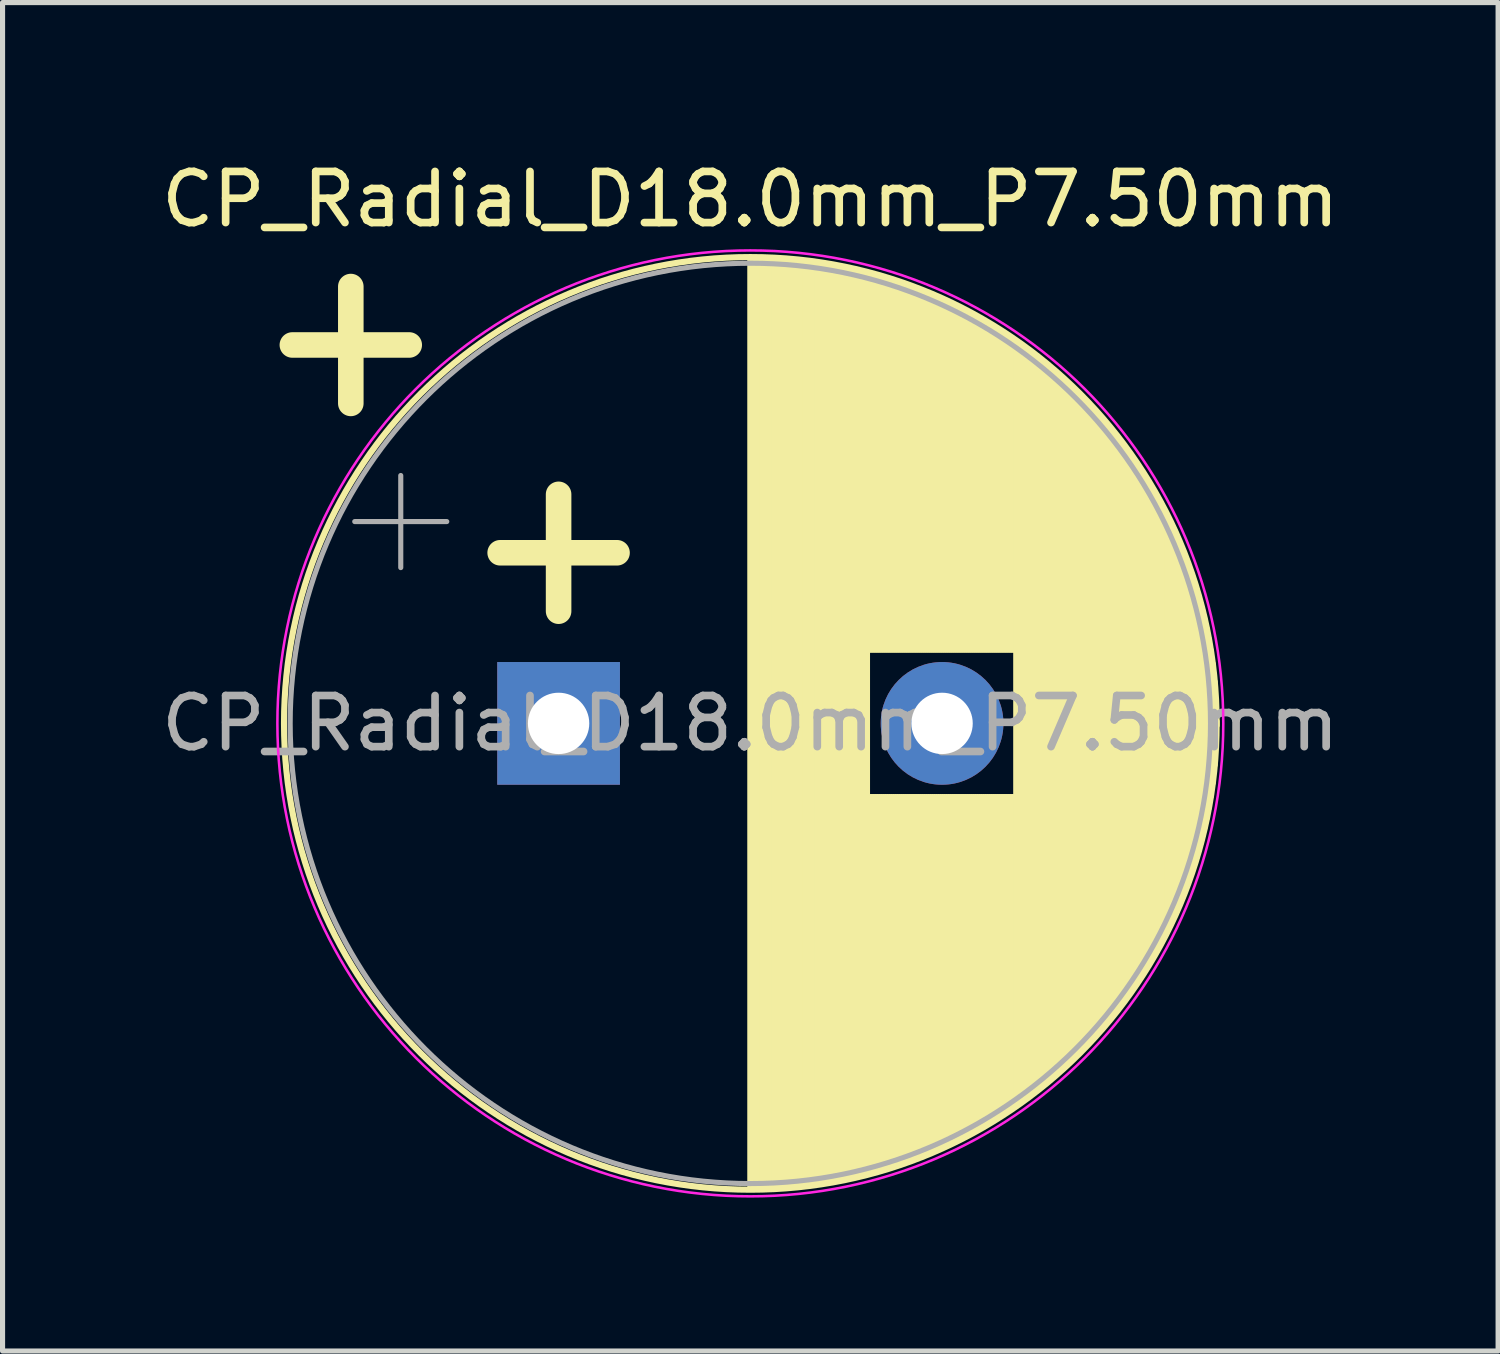
<source format=kicad_pcb>
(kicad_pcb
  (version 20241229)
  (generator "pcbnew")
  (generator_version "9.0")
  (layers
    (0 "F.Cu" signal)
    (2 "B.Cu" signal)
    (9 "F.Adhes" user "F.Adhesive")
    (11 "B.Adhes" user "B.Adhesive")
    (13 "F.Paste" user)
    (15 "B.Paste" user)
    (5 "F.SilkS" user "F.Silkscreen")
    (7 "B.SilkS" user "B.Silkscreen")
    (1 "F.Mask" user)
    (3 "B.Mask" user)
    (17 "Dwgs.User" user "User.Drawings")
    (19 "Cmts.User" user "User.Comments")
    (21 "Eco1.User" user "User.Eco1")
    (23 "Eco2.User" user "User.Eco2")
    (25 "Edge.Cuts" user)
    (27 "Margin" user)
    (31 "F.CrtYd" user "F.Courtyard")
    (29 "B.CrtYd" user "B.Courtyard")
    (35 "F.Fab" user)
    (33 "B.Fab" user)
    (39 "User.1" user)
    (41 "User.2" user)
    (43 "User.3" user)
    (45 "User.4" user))
  (footprint "CP_Radial_D18.0mm_P7.50mm"
    (layer "F.Cu")
    (at 7.875 11.098)
    (property "Reference" "CP_Radial_D18.0mm_P7.50mm" (at 3.75 -10.25 0) (layer "F.SilkS") (effects (font (size 1 1) (thickness 0.15))))
    (attr through_hole)
    (fp_line (start 3.75 -9.081) (end 3.75 9.081) (stroke (width 0.12) (type solid)) (layer "F.SilkS"))
    (fp_line (start 3.79 -9.08) (end 3.79 9.08) (stroke (width 0.12) (type solid)) (layer "F.SilkS"))
    (fp_line (start 3.83 -9.08) (end 3.83 9.08) (stroke (width 0.12) (type solid)) (layer "F.SilkS"))
    (fp_line (start 3.87 -9.08) (end 3.87 9.08) (stroke (width 0.12) (type solid)) (layer "F.SilkS"))
    (fp_line (start 3.91 -9.079) (end 3.91 9.079) (stroke (width 0.12) (type solid)) (layer "F.SilkS"))
    (fp_line (start 3.95 -9.078) (end 3.95 9.078) (stroke (width 0.12) (type solid)) (layer "F.SilkS"))
    (fp_line (start 3.99 -9.077) (end 3.99 9.077) (stroke (width 0.12) (type solid)) (layer "F.SilkS"))
    (fp_line (start 4.03 -9.076) (end 4.03 9.076) (stroke (width 0.12) (type solid)) (layer "F.SilkS"))
    (fp_line (start 4.07 -9.075) (end 4.07 9.075) (stroke (width 0.12) (type solid)) (layer "F.SilkS"))
    (fp_line (start 4.11 -9.073) (end 4.11 9.073) (stroke (width 0.12) (type solid)) (layer "F.SilkS"))
    (fp_line (start 4.15 -9.072) (end 4.15 9.072) (stroke (width 0.12) (type solid)) (layer "F.SilkS"))
    (fp_line (start 4.19 -9.07) (end 4.19 9.07) (stroke (width 0.12) (type solid)) (layer "F.SilkS"))
    (fp_line (start 4.23 -9.068) (end 4.23 9.068) (stroke (width 0.12) (type solid)) (layer "F.SilkS"))
    (fp_line (start 4.27 -9.066) (end 4.27 9.066) (stroke (width 0.12) (type solid)) (layer "F.SilkS"))
    (fp_line (start 4.31 -9.063) (end 4.31 9.063) (stroke (width 0.12) (type solid)) (layer "F.SilkS"))
    (fp_line (start 4.35 -9.061) (end 4.35 9.061) (stroke (width 0.12) (type solid)) (layer "F.SilkS"))
    (fp_line (start 4.39 -9.058) (end 4.39 9.058) (stroke (width 0.12) (type solid)) (layer "F.SilkS"))
    (fp_line (start 4.43 -9.055) (end 4.43 9.055) (stroke (width 0.12) (type solid)) (layer "F.SilkS"))
    (fp_line (start 4.471 -9.052) (end 4.471 9.052) (stroke (width 0.12) (type solid)) (layer "F.SilkS"))
    (fp_line (start 4.511 -9.049) (end 4.511 9.049) (stroke (width 0.12) (type solid)) (layer "F.SilkS"))
    (fp_line (start 4.551 -9.045) (end 4.551 9.045) (stroke (width 0.12) (type solid)) (layer "F.SilkS"))
    (fp_line (start 4.591 -9.042) (end 4.591 9.042) (stroke (width 0.12) (type solid)) (layer "F.SilkS"))
    (fp_line (start 4.631 -9.038) (end 4.631 9.038) (stroke (width 0.12) (type solid)) (layer "F.SilkS"))
    (fp_line (start 4.671 -9.034) (end 4.671 9.034) (stroke (width 0.12) (type solid)) (layer "F.SilkS"))
    (fp_line (start 4.711 -9.03) (end 4.711 9.03) (stroke (width 0.12) (type solid)) (layer "F.SilkS"))
    (fp_line (start 4.751 -9.026) (end 4.751 9.026) (stroke (width 0.12) (type solid)) (layer "F.SilkS"))
    (fp_line (start 4.791 -9.021) (end 4.791 9.021) (stroke (width 0.12) (type solid)) (layer "F.SilkS"))
    (fp_line (start 4.831 -9.016) (end 4.831 9.016) (stroke (width 0.12) (type solid)) (layer "F.SilkS"))
    (fp_line (start 4.871 -9.011) (end 4.871 9.011) (stroke (width 0.12) (type solid)) (layer "F.SilkS"))
    (fp_line (start 4.911 -9.006) (end 4.911 9.006) (stroke (width 0.12) (type solid)) (layer "F.SilkS"))
    (fp_line (start 4.951 -9.001) (end 4.951 9.001) (stroke (width 0.12) (type solid)) (layer "F.SilkS"))
    (fp_line (start 4.991 -8.996) (end 4.991 8.996) (stroke (width 0.12) (type solid)) (layer "F.SilkS"))
    (fp_line (start 5.031 -8.99) (end 5.031 8.99) (stroke (width 0.12) (type solid)) (layer "F.SilkS"))
    (fp_line (start 5.071 -8.984) (end 5.071 8.984) (stroke (width 0.12) (type solid)) (layer "F.SilkS"))
    (fp_line (start 5.111 -8.979) (end 5.111 8.979) (stroke (width 0.12) (type solid)) (layer "F.SilkS"))
    (fp_line (start 5.151 -8.972) (end 5.151 8.972) (stroke (width 0.12) (type solid)) (layer "F.SilkS"))
    (fp_line (start 5.191 -8.966) (end 5.191 8.966) (stroke (width 0.12) (type solid)) (layer "F.SilkS"))
    (fp_line (start 5.231 -8.96) (end 5.231 8.96) (stroke (width 0.12) (type solid)) (layer "F.SilkS"))
    (fp_line (start 5.271 -8.953) (end 5.271 8.953) (stroke (width 0.12) (type solid)) (layer "F.SilkS"))
    (fp_line (start 5.311 -8.946) (end 5.311 8.946) (stroke (width 0.12) (type solid)) (layer "F.SilkS"))
    (fp_line (start 5.351 -8.939) (end 5.351 8.939) (stroke (width 0.12) (type solid)) (layer "F.SilkS"))
    (fp_line (start 5.391 -8.932) (end 5.391 8.932) (stroke (width 0.12) (type solid)) (layer "F.SilkS"))
    (fp_line (start 5.431 -8.924) (end 5.431 8.924) (stroke (width 0.12) (type solid)) (layer "F.SilkS"))
    (fp_line (start 5.471 -8.917) (end 5.471 8.917) (stroke (width 0.12) (type solid)) (layer "F.SilkS"))
    (fp_line (start 5.511 -8.909) (end 5.511 8.909) (stroke (width 0.12) (type solid)) (layer "F.SilkS"))
    (fp_line (start 5.551 -8.901) (end 5.551 8.901) (stroke (width 0.12) (type solid)) (layer "F.SilkS"))
    (fp_line (start 5.591 -8.893) (end 5.591 8.893) (stroke (width 0.12) (type solid)) (layer "F.SilkS"))
    (fp_line (start 5.631 -8.885) (end 5.631 8.885) (stroke (width 0.12) (type solid)) (layer "F.SilkS"))
    (fp_line (start 5.671 -8.876) (end 5.671 8.876) (stroke (width 0.12) (type solid)) (layer "F.SilkS"))
    (fp_line (start 5.711 -8.867) (end 5.711 8.867) (stroke (width 0.12) (type solid)) (layer "F.SilkS"))
    (fp_line (start 5.751 -8.858) (end 5.751 8.858) (stroke (width 0.12) (type solid)) (layer "F.SilkS"))
    (fp_line (start 5.791 -8.849) (end 5.791 8.849) (stroke (width 0.12) (type solid)) (layer "F.SilkS"))
    (fp_line (start 5.831 -8.84) (end 5.831 8.84) (stroke (width 0.12) (type solid)) (layer "F.SilkS"))
    (fp_line (start 5.871 -8.831) (end 5.871 8.831) (stroke (width 0.12) (type solid)) (layer "F.SilkS"))
    (fp_line (start 5.911 -8.821) (end 5.911 8.821) (stroke (width 0.12) (type solid)) (layer "F.SilkS"))
    (fp_line (start 5.951 -8.811) (end 5.951 8.811) (stroke (width 0.12) (type solid)) (layer "F.SilkS"))
    (fp_line (start 5.991 -8.801) (end 5.991 8.801) (stroke (width 0.12) (type solid)) (layer "F.SilkS"))
    (fp_line (start 6.031 -8.791) (end 6.031 8.791) (stroke (width 0.12) (type solid)) (layer "F.SilkS"))
    (fp_line (start 6.071 -8.78) (end 6.071 -1.44) (stroke (width 0.12) (type solid)) (layer "F.SilkS"))
    (fp_line (start 6.071 1.44) (end 6.071 8.78) (stroke (width 0.12) (type solid)) (layer "F.SilkS"))
    (fp_line (start 6.111 -8.77) (end 6.111 -1.44) (stroke (width 0.12) (type solid)) (layer "F.SilkS"))
    (fp_line (start 6.111 1.44) (end 6.111 8.77) (stroke (width 0.12) (type solid)) (layer "F.SilkS"))
    (fp_line (start 6.151 -8.759) (end 6.151 -1.44) (stroke (width 0.12) (type solid)) (layer "F.SilkS"))
    (fp_line (start 6.151 1.44) (end 6.151 8.759) (stroke (width 0.12) (type solid)) (layer "F.SilkS"))
    (fp_line (start 6.191 -8.748) (end 6.191 -1.44) (stroke (width 0.12) (type solid)) (layer "F.SilkS"))
    (fp_line (start 6.191 1.44) (end 6.191 8.748) (stroke (width 0.12) (type solid)) (layer "F.SilkS"))
    (fp_line (start 6.231 -8.737) (end 6.231 -1.44) (stroke (width 0.12) (type solid)) (layer "F.SilkS"))
    (fp_line (start 6.231 1.44) (end 6.231 8.737) (stroke (width 0.12) (type solid)) (layer "F.SilkS"))
    (fp_line (start 6.271 -8.725) (end 6.271 -1.44) (stroke (width 0.12) (type solid)) (layer "F.SilkS"))
    (fp_line (start 6.271 1.44) (end 6.271 8.725) (stroke (width 0.12) (type solid)) (layer "F.SilkS"))
    (fp_line (start 6.311 -8.714) (end 6.311 -1.44) (stroke (width 0.12) (type solid)) (layer "F.SilkS"))
    (fp_line (start 6.311 1.44) (end 6.311 8.714) (stroke (width 0.12) (type solid)) (layer "F.SilkS"))
    (fp_line (start 6.351 -8.702) (end 6.351 -1.44) (stroke (width 0.12) (type solid)) (layer "F.SilkS"))
    (fp_line (start 6.351 1.44) (end 6.351 8.702) (stroke (width 0.12) (type solid)) (layer "F.SilkS"))
    (fp_line (start 6.391 -8.69) (end 6.391 -1.44) (stroke (width 0.12) (type solid)) (layer "F.SilkS"))
    (fp_line (start 6.391 1.44) (end 6.391 8.69) (stroke (width 0.12) (type solid)) (layer "F.SilkS"))
    (fp_line (start 6.431 -8.678) (end 6.431 -1.44) (stroke (width 0.12) (type solid)) (layer "F.SilkS"))
    (fp_line (start 6.431 1.44) (end 6.431 8.678) (stroke (width 0.12) (type solid)) (layer "F.SilkS"))
    (fp_line (start 6.471 -8.665) (end 6.471 -1.44) (stroke (width 0.12) (type solid)) (layer "F.SilkS"))
    (fp_line (start 6.471 1.44) (end 6.471 8.665) (stroke (width 0.12) (type solid)) (layer "F.SilkS"))
    (fp_line (start 6.511 -8.653) (end 6.511 -1.44) (stroke (width 0.12) (type solid)) (layer "F.SilkS"))
    (fp_line (start 6.511 1.44) (end 6.511 8.653) (stroke (width 0.12) (type solid)) (layer "F.SilkS"))
    (fp_line (start 6.551 -8.64) (end 6.551 -1.44) (stroke (width 0.12) (type solid)) (layer "F.SilkS"))
    (fp_line (start 6.551 1.44) (end 6.551 8.64) (stroke (width 0.12) (type solid)) (layer "F.SilkS"))
    (fp_line (start 6.591 -8.627) (end 6.591 -1.44) (stroke (width 0.12) (type solid)) (layer "F.SilkS"))
    (fp_line (start 6.591 1.44) (end 6.591 8.627) (stroke (width 0.12) (type solid)) (layer "F.SilkS"))
    (fp_line (start 6.631 -8.614) (end 6.631 -1.44) (stroke (width 0.12) (type solid)) (layer "F.SilkS"))
    (fp_line (start 6.631 1.44) (end 6.631 8.614) (stroke (width 0.12) (type solid)) (layer "F.SilkS"))
    (fp_line (start 6.671 -8.6) (end 6.671 -1.44) (stroke (width 0.12) (type solid)) (layer "F.SilkS"))
    (fp_line (start 6.671 1.44) (end 6.671 8.6) (stroke (width 0.12) (type solid)) (layer "F.SilkS"))
    (fp_line (start 6.711 -8.587) (end 6.711 -1.44) (stroke (width 0.12) (type solid)) (layer "F.SilkS"))
    (fp_line (start 6.711 1.44) (end 6.711 8.587) (stroke (width 0.12) (type solid)) (layer "F.SilkS"))
    (fp_line (start 6.751 -8.573) (end 6.751 -1.44) (stroke (width 0.12) (type solid)) (layer "F.SilkS"))
    (fp_line (start 6.751 1.44) (end 6.751 8.573) (stroke (width 0.12) (type solid)) (layer "F.SilkS"))
    (fp_line (start 6.791 -8.559) (end 6.791 -1.44) (stroke (width 0.12) (type solid)) (layer "F.SilkS"))
    (fp_line (start 6.791 1.44) (end 6.791 8.559) (stroke (width 0.12) (type solid)) (layer "F.SilkS"))
    (fp_line (start 6.831 -8.545) (end 6.831 -1.44) (stroke (width 0.12) (type solid)) (layer "F.SilkS"))
    (fp_line (start 6.831 1.44) (end 6.831 8.545) (stroke (width 0.12) (type solid)) (layer "F.SilkS"))
    (fp_line (start 6.871 -8.53) (end 6.871 -1.44) (stroke (width 0.12) (type solid)) (layer "F.SilkS"))
    (fp_line (start 6.871 1.44) (end 6.871 8.53) (stroke (width 0.12) (type solid)) (layer "F.SilkS"))
    (fp_line (start 6.911 -8.516) (end 6.911 -1.44) (stroke (width 0.12) (type solid)) (layer "F.SilkS"))
    (fp_line (start 6.911 1.44) (end 6.911 8.516) (stroke (width 0.12) (type solid)) (layer "F.SilkS"))
    (fp_line (start 6.951 -8.501) (end 6.951 -1.44) (stroke (width 0.12) (type solid)) (layer "F.SilkS"))
    (fp_line (start 6.951 1.44) (end 6.951 8.501) (stroke (width 0.12) (type solid)) (layer "F.SilkS"))
    (fp_line (start 6.991 -8.486) (end 6.991 -1.44) (stroke (width 0.12) (type solid)) (layer "F.SilkS"))
    (fp_line (start 6.991 1.44) (end 6.991 8.486) (stroke (width 0.12) (type solid)) (layer "F.SilkS"))
    (fp_line (start 7.031 -8.47) (end 7.031 -1.44) (stroke (width 0.12) (type solid)) (layer "F.SilkS"))
    (fp_line (start 7.031 1.44) (end 7.031 8.47) (stroke (width 0.12) (type solid)) (layer "F.SilkS"))
    (fp_line (start 7.071 -8.455) (end 7.071 -1.44) (stroke (width 0.12) (type solid)) (layer "F.SilkS"))
    (fp_line (start 7.071 1.44) (end 7.071 8.455) (stroke (width 0.12) (type solid)) (layer "F.SilkS"))
    (fp_line (start 7.111 -8.439) (end 7.111 -1.44) (stroke (width 0.12) (type solid)) (layer "F.SilkS"))
    (fp_line (start 7.111 1.44) (end 7.111 8.439) (stroke (width 0.12) (type solid)) (layer "F.SilkS"))
    (fp_line (start 7.151 -8.423) (end 7.151 -1.44) (stroke (width 0.12) (type solid)) (layer "F.SilkS"))
    (fp_line (start 7.151 1.44) (end 7.151 8.423) (stroke (width 0.12) (type solid)) (layer "F.SilkS"))
    (fp_line (start 7.191 -8.407) (end 7.191 -1.44) (stroke (width 0.12) (type solid)) (layer "F.SilkS"))
    (fp_line (start 7.191 1.44) (end 7.191 8.407) (stroke (width 0.12) (type solid)) (layer "F.SilkS"))
    (fp_line (start 7.231 -8.39) (end 7.231 -1.44) (stroke (width 0.12) (type solid)) (layer "F.SilkS"))
    (fp_line (start 7.231 1.44) (end 7.231 8.39) (stroke (width 0.12) (type solid)) (layer "F.SilkS"))
    (fp_line (start 7.271 -8.374) (end 7.271 -1.44) (stroke (width 0.12) (type solid)) (layer "F.SilkS"))
    (fp_line (start 7.271 1.44) (end 7.271 8.374) (stroke (width 0.12) (type solid)) (layer "F.SilkS"))
    (fp_line (start 7.311 -8.357) (end 7.311 -1.44) (stroke (width 0.12) (type solid)) (layer "F.SilkS"))
    (fp_line (start 7.311 1.44) (end 7.311 8.357) (stroke (width 0.12) (type solid)) (layer "F.SilkS"))
    (fp_line (start 7.351 -8.34) (end 7.351 -1.44) (stroke (width 0.12) (type solid)) (layer "F.SilkS"))
    (fp_line (start 7.351 1.44) (end 7.351 8.34) (stroke (width 0.12) (type solid)) (layer "F.SilkS"))
    (fp_line (start 7.391 -8.323) (end 7.391 -1.44) (stroke (width 0.12) (type solid)) (layer "F.SilkS"))
    (fp_line (start 7.391 1.44) (end 7.391 8.323) (stroke (width 0.12) (type solid)) (layer "F.SilkS"))
    (fp_line (start 7.431 -8.305) (end 7.431 -1.44) (stroke (width 0.12) (type solid)) (layer "F.SilkS"))
    (fp_line (start 7.431 1.44) (end 7.431 8.305) (stroke (width 0.12) (type solid)) (layer "F.SilkS"))
    (fp_line (start 7.471 -8.287) (end 7.471 -1.44) (stroke (width 0.12) (type solid)) (layer "F.SilkS"))
    (fp_line (start 7.471 1.44) (end 7.471 8.287) (stroke (width 0.12) (type solid)) (layer "F.SilkS"))
    (fp_line (start 7.511 -8.269) (end 7.511 -1.44) (stroke (width 0.12) (type solid)) (layer "F.SilkS"))
    (fp_line (start 7.511 1.44) (end 7.511 8.269) (stroke (width 0.12) (type solid)) (layer "F.SilkS"))
    (fp_line (start 7.551 -8.251) (end 7.551 -1.44) (stroke (width 0.12) (type solid)) (layer "F.SilkS"))
    (fp_line (start 7.551 1.44) (end 7.551 8.251) (stroke (width 0.12) (type solid)) (layer "F.SilkS"))
    (fp_line (start 7.591 -8.233) (end 7.591 -1.44) (stroke (width 0.12) (type solid)) (layer "F.SilkS"))
    (fp_line (start 7.591 1.44) (end 7.591 8.233) (stroke (width 0.12) (type solid)) (layer "F.SilkS"))
    (fp_line (start 7.631 -8.214) (end 7.631 -1.44) (stroke (width 0.12) (type solid)) (layer "F.SilkS"))
    (fp_line (start 7.631 1.44) (end 7.631 8.214) (stroke (width 0.12) (type solid)) (layer "F.SilkS"))
    (fp_line (start 7.671 -8.195) (end 7.671 -1.44) (stroke (width 0.12) (type solid)) (layer "F.SilkS"))
    (fp_line (start 7.671 1.44) (end 7.671 8.195) (stroke (width 0.12) (type solid)) (layer "F.SilkS"))
    (fp_line (start 7.711 -8.176) (end 7.711 -1.44) (stroke (width 0.12) (type solid)) (layer "F.SilkS"))
    (fp_line (start 7.711 1.44) (end 7.711 8.176) (stroke (width 0.12) (type solid)) (layer "F.SilkS"))
    (fp_line (start 7.751 -8.156) (end 7.751 -1.44) (stroke (width 0.12) (type solid)) (layer "F.SilkS"))
    (fp_line (start 7.751 1.44) (end 7.751 8.156) (stroke (width 0.12) (type solid)) (layer "F.SilkS"))
    (fp_line (start 7.791 -8.137) (end 7.791 -1.44) (stroke (width 0.12) (type solid)) (layer "F.SilkS"))
    (fp_line (start 7.791 1.44) (end 7.791 8.137) (stroke (width 0.12) (type solid)) (layer "F.SilkS"))
    (fp_line (start 7.831 -8.117) (end 7.831 -1.44) (stroke (width 0.12) (type solid)) (layer "F.SilkS"))
    (fp_line (start 7.831 1.44) (end 7.831 8.117) (stroke (width 0.12) (type solid)) (layer "F.SilkS"))
    (fp_line (start 7.871 -8.097) (end 7.871 -1.44) (stroke (width 0.12) (type solid)) (layer "F.SilkS"))
    (fp_line (start 7.871 1.44) (end 7.871 8.097) (stroke (width 0.12) (type solid)) (layer "F.SilkS"))
    (fp_line (start 7.911 -8.076) (end 7.911 -1.44) (stroke (width 0.12) (type solid)) (layer "F.SilkS"))
    (fp_line (start 7.911 1.44) (end 7.911 8.076) (stroke (width 0.12) (type solid)) (layer "F.SilkS"))
    (fp_line (start 7.951 -8.056) (end 7.951 -1.44) (stroke (width 0.12) (type solid)) (layer "F.SilkS"))
    (fp_line (start 7.951 1.44) (end 7.951 8.056) (stroke (width 0.12) (type solid)) (layer "F.SilkS"))
    (fp_line (start 7.991 -8.035) (end 7.991 -1.44) (stroke (width 0.12) (type solid)) (layer "F.SilkS"))
    (fp_line (start 7.991 1.44) (end 7.991 8.035) (stroke (width 0.12) (type solid)) (layer "F.SilkS"))
    (fp_line (start 8.031 -8.014) (end 8.031 -1.44) (stroke (width 0.12) (type solid)) (layer "F.SilkS"))
    (fp_line (start 8.031 1.44) (end 8.031 8.014) (stroke (width 0.12) (type solid)) (layer "F.SilkS"))
    (fp_line (start 8.071 -7.992) (end 8.071 -1.44) (stroke (width 0.12) (type solid)) (layer "F.SilkS"))
    (fp_line (start 8.071 1.44) (end 8.071 7.992) (stroke (width 0.12) (type solid)) (layer "F.SilkS"))
    (fp_line (start 8.111 -7.971) (end 8.111 -1.44) (stroke (width 0.12) (type solid)) (layer "F.SilkS"))
    (fp_line (start 8.111 1.44) (end 8.111 7.971) (stroke (width 0.12) (type solid)) (layer "F.SilkS"))
    (fp_line (start 8.151 -7.949) (end 8.151 -1.44) (stroke (width 0.12) (type solid)) (layer "F.SilkS"))
    (fp_line (start 8.151 1.44) (end 8.151 7.949) (stroke (width 0.12) (type solid)) (layer "F.SilkS"))
    (fp_line (start 8.191 -7.927) (end 8.191 -1.44) (stroke (width 0.12) (type solid)) (layer "F.SilkS"))
    (fp_line (start 8.191 1.44) (end 8.191 7.927) (stroke (width 0.12) (type solid)) (layer "F.SilkS"))
    (fp_line (start 8.231 -7.904) (end 8.231 -1.44) (stroke (width 0.12) (type solid)) (layer "F.SilkS"))
    (fp_line (start 8.231 1.44) (end 8.231 7.904) (stroke (width 0.12) (type solid)) (layer "F.SilkS"))
    (fp_line (start 8.271 -7.882) (end 8.271 -1.44) (stroke (width 0.12) (type solid)) (layer "F.SilkS"))
    (fp_line (start 8.271 1.44) (end 8.271 7.882) (stroke (width 0.12) (type solid)) (layer "F.SilkS"))
    (fp_line (start 8.311 -7.859) (end 8.311 -1.44) (stroke (width 0.12) (type solid)) (layer "F.SilkS"))
    (fp_line (start 8.311 1.44) (end 8.311 7.859) (stroke (width 0.12) (type solid)) (layer "F.SilkS"))
    (fp_line (start 8.351 -7.835) (end 8.351 -1.44) (stroke (width 0.12) (type solid)) (layer "F.SilkS"))
    (fp_line (start 8.351 1.44) (end 8.351 7.835) (stroke (width 0.12) (type solid)) (layer "F.SilkS"))
    (fp_line (start 8.391 -7.812) (end 8.391 -1.44) (stroke (width 0.12) (type solid)) (layer "F.SilkS"))
    (fp_line (start 8.391 1.44) (end 8.391 7.812) (stroke (width 0.12) (type solid)) (layer "F.SilkS"))
    (fp_line (start 8.431 -7.788) (end 8.431 -1.44) (stroke (width 0.12) (type solid)) (layer "F.SilkS"))
    (fp_line (start 8.431 1.44) (end 8.431 7.788) (stroke (width 0.12) (type solid)) (layer "F.SilkS"))
    (fp_line (start 8.471 -7.764) (end 8.471 -1.44) (stroke (width 0.12) (type solid)) (layer "F.SilkS"))
    (fp_line (start 8.471 1.44) (end 8.471 7.764) (stroke (width 0.12) (type solid)) (layer "F.SilkS"))
    (fp_line (start 8.511 -7.74) (end 8.511 -1.44) (stroke (width 0.12) (type solid)) (layer "F.SilkS"))
    (fp_line (start 8.511 1.44) (end 8.511 7.74) (stroke (width 0.12) (type solid)) (layer "F.SilkS"))
    (fp_line (start 8.551 -7.715) (end 8.551 -1.44) (stroke (width 0.12) (type solid)) (layer "F.SilkS"))
    (fp_line (start 8.551 1.44) (end 8.551 7.715) (stroke (width 0.12) (type solid)) (layer "F.SilkS"))
    (fp_line (start 8.591 -7.69) (end 8.591 -1.44) (stroke (width 0.12) (type solid)) (layer "F.SilkS"))
    (fp_line (start 8.591 1.44) (end 8.591 7.69) (stroke (width 0.12) (type solid)) (layer "F.SilkS"))
    (fp_line (start 8.631 -7.665) (end 8.631 -1.44) (stroke (width 0.12) (type solid)) (layer "F.SilkS"))
    (fp_line (start 8.631 1.44) (end 8.631 7.665) (stroke (width 0.12) (type solid)) (layer "F.SilkS"))
    (fp_line (start 8.671 -7.64) (end 8.671 -1.44) (stroke (width 0.12) (type solid)) (layer "F.SilkS"))
    (fp_line (start 8.671 1.44) (end 8.671 7.64) (stroke (width 0.12) (type solid)) (layer "F.SilkS"))
    (fp_line (start 8.711 -7.614) (end 8.711 -1.44) (stroke (width 0.12) (type solid)) (layer "F.SilkS"))
    (fp_line (start 8.711 1.44) (end 8.711 7.614) (stroke (width 0.12) (type solid)) (layer "F.SilkS"))
    (fp_line (start 8.751 -7.588) (end 8.751 -1.44) (stroke (width 0.12) (type solid)) (layer "F.SilkS"))
    (fp_line (start 8.751 1.44) (end 8.751 7.588) (stroke (width 0.12) (type solid)) (layer "F.SilkS"))
    (fp_line (start 8.791 -7.561) (end 8.791 -1.44) (stroke (width 0.12) (type solid)) (layer "F.SilkS"))
    (fp_line (start 8.791 1.44) (end 8.791 7.561) (stroke (width 0.12) (type solid)) (layer "F.SilkS"))
    (fp_line (start 8.831 -7.535) (end 8.831 -1.44) (stroke (width 0.12) (type solid)) (layer "F.SilkS"))
    (fp_line (start 8.831 1.44) (end 8.831 7.535) (stroke (width 0.12) (type solid)) (layer "F.SilkS"))
    (fp_line (start 8.871 -7.508) (end 8.871 -1.44) (stroke (width 0.12) (type solid)) (layer "F.SilkS"))
    (fp_line (start 8.871 1.44) (end 8.871 7.508) (stroke (width 0.12) (type solid)) (layer "F.SilkS"))
    (fp_line (start 8.911 -7.48) (end 8.911 -1.44) (stroke (width 0.12) (type solid)) (layer "F.SilkS"))
    (fp_line (start 8.911 1.44) (end 8.911 7.48) (stroke (width 0.12) (type solid)) (layer "F.SilkS"))
    (fp_line (start 8.951 -7.453) (end 8.951 7.453) (stroke (width 0.12) (type solid)) (layer "F.SilkS"))
    (fp_line (start 8.991 -7.425) (end 8.991 7.425) (stroke (width 0.12) (type solid)) (layer "F.SilkS"))
    (fp_line (start 9.031 -7.397) (end 9.031 7.397) (stroke (width 0.12) (type solid)) (layer "F.SilkS"))
    (fp_line (start 9.071 -7.368) (end 9.071 7.368) (stroke (width 0.12) (type solid)) (layer "F.SilkS"))
    (fp_line (start 9.111 -7.339) (end 9.111 7.339) (stroke (width 0.12) (type solid)) (layer "F.SilkS"))
    (fp_line (start 9.151 -7.31) (end 9.151 7.31) (stroke (width 0.12) (type solid)) (layer "F.SilkS"))
    (fp_line (start 9.191 -7.28) (end 9.191 7.28) (stroke (width 0.12) (type solid)) (layer "F.SilkS"))
    (fp_line (start 9.231 -7.25) (end 9.231 7.25) (stroke (width 0.12) (type solid)) (layer "F.SilkS"))
    (fp_line (start 9.271 -7.22) (end 9.271 7.22) (stroke (width 0.12) (type solid)) (layer "F.SilkS"))
    (fp_line (start 9.311 -7.19) (end 9.311 7.19) (stroke (width 0.12) (type solid)) (layer "F.SilkS"))
    (fp_line (start 9.351 -7.159) (end 9.351 7.159) (stroke (width 0.12) (type solid)) (layer "F.SilkS"))
    (fp_line (start 9.391 -7.127) (end 9.391 7.127) (stroke (width 0.12) (type solid)) (layer "F.SilkS"))
    (fp_line (start 9.431 -7.096) (end 9.431 7.096) (stroke (width 0.12) (type solid)) (layer "F.SilkS"))
    (fp_line (start 9.471 -7.064) (end 9.471 7.064) (stroke (width 0.12) (type solid)) (layer "F.SilkS"))
    (fp_line (start 9.511 -7.031) (end 9.511 7.031) (stroke (width 0.12) (type solid)) (layer "F.SilkS"))
    (fp_line (start 9.551 -6.999) (end 9.551 6.999) (stroke (width 0.12) (type solid)) (layer "F.SilkS"))
    (fp_line (start 9.591 -6.965) (end 9.591 6.965) (stroke (width 0.12) (type solid)) (layer "F.SilkS"))
    (fp_line (start 9.631 -6.932) (end 9.631 6.932) (stroke (width 0.12) (type solid)) (layer "F.SilkS"))
    (fp_line (start 9.671 -6.898) (end 9.671 6.898) (stroke (width 0.12) (type solid)) (layer "F.SilkS"))
    (fp_line (start 9.711 -6.864) (end 9.711 6.864) (stroke (width 0.12) (type solid)) (layer "F.SilkS"))
    (fp_line (start 9.751 -6.829) (end 9.751 6.829) (stroke (width 0.12) (type solid)) (layer "F.SilkS"))
    (fp_line (start 9.791 -6.794) (end 9.791 6.794) (stroke (width 0.12) (type solid)) (layer "F.SilkS"))
    (fp_line (start 9.831 -6.758) (end 9.831 6.758) (stroke (width 0.12) (type solid)) (layer "F.SilkS"))
    (fp_line (start 9.871 -6.722) (end 9.871 6.722) (stroke (width 0.12) (type solid)) (layer "F.SilkS"))
    (fp_line (start 9.911 -6.686) (end 9.911 6.686) (stroke (width 0.12) (type solid)) (layer "F.SilkS"))
    (fp_line (start 9.951 -6.649) (end 9.951 6.649) (stroke (width 0.12) (type solid)) (layer "F.SilkS"))
    (fp_line (start 9.991 -6.612) (end 9.991 6.612) (stroke (width 0.12) (type solid)) (layer "F.SilkS"))
    (fp_line (start 10.031 -6.574) (end 10.031 6.574) (stroke (width 0.12) (type solid)) (layer "F.SilkS"))
    (fp_line (start 10.071 -6.536) (end 10.071 6.536) (stroke (width 0.12) (type solid)) (layer "F.SilkS"))
    (fp_line (start 10.111 -6.497) (end 10.111 6.497) (stroke (width 0.12) (type solid)) (layer "F.SilkS"))
    (fp_line (start 10.151 -6.458) (end 10.151 6.458) (stroke (width 0.12) (type solid)) (layer "F.SilkS"))
    (fp_line (start 10.191 -6.418) (end 10.191 6.418) (stroke (width 0.12) (type solid)) (layer "F.SilkS"))
    (fp_line (start 10.231 -6.378) (end 10.231 6.378) (stroke (width 0.12) (type solid)) (layer "F.SilkS"))
    (fp_line (start 10.271 -6.337) (end 10.271 6.337) (stroke (width 0.12) (type solid)) (layer "F.SilkS"))
    (fp_line (start 10.311 -6.296) (end 10.311 6.296) (stroke (width 0.12) (type solid)) (layer "F.SilkS"))
    (fp_line (start 10.351 -6.254) (end 10.351 6.254) (stroke (width 0.12) (type solid)) (layer "F.SilkS"))
    (fp_line (start 10.391 -6.212) (end 10.391 6.212) (stroke (width 0.12) (type solid)) (layer "F.SilkS"))
    (fp_line (start 10.431 -6.17) (end 10.431 6.17) (stroke (width 0.12) (type solid)) (layer "F.SilkS"))
    (fp_line (start 10.471 -6.126) (end 10.471 6.126) (stroke (width 0.12) (type solid)) (layer "F.SilkS"))
    (fp_line (start 10.511 -6.082) (end 10.511 6.082) (stroke (width 0.12) (type solid)) (layer "F.SilkS"))
    (fp_line (start 10.551 -6.038) (end 10.551 6.038) (stroke (width 0.12) (type solid)) (layer "F.SilkS"))
    (fp_line (start 10.591 -5.993) (end 10.591 5.993) (stroke (width 0.12) (type solid)) (layer "F.SilkS"))
    (fp_line (start 10.631 -5.947) (end 10.631 5.947) (stroke (width 0.12) (type solid)) (layer "F.SilkS"))
    (fp_line (start 10.671 -5.901) (end 10.671 5.901) (stroke (width 0.12) (type solid)) (layer "F.SilkS"))
    (fp_line (start 10.711 -5.854) (end 10.711 5.854) (stroke (width 0.12) (type solid)) (layer "F.SilkS"))
    (fp_line (start 10.751 -5.806) (end 10.751 5.806) (stroke (width 0.12) (type solid)) (layer "F.SilkS"))
    (fp_line (start 10.791 -5.758) (end 10.791 5.758) (stroke (width 0.12) (type solid)) (layer "F.SilkS"))
    (fp_line (start 10.831 -5.709) (end 10.831 5.709) (stroke (width 0.12) (type solid)) (layer "F.SilkS"))
    (fp_line (start 10.871 -5.66) (end 10.871 5.66) (stroke (width 0.12) (type solid)) (layer "F.SilkS"))
    (fp_line (start 10.911 -5.609) (end 10.911 5.609) (stroke (width 0.12) (type solid)) (layer "F.SilkS"))
    (fp_line (start 10.951 -5.558) (end 10.951 5.558) (stroke (width 0.12) (type solid)) (layer "F.SilkS"))
    (fp_line (start 10.991 -5.506) (end 10.991 5.506) (stroke (width 0.12) (type solid)) (layer "F.SilkS"))
    (fp_line (start 11.031 -5.454) (end 11.031 5.454) (stroke (width 0.12) (type solid)) (layer "F.SilkS"))
    (fp_line (start 11.071 -5.4) (end 11.071 5.4) (stroke (width 0.12) (type solid)) (layer "F.SilkS"))
    (fp_line (start 11.111 -5.346) (end 11.111 5.346) (stroke (width 0.12) (type solid)) (layer "F.SilkS"))
    (fp_line (start 11.151 -5.291) (end 11.151 5.291) (stroke (width 0.12) (type solid)) (layer "F.SilkS"))
    (fp_line (start 11.191 -5.235) (end 11.191 5.235) (stroke (width 0.12) (type solid)) (layer "F.SilkS"))
    (fp_line (start 11.231 -5.178) (end 11.231 5.178) (stroke (width 0.12) (type solid)) (layer "F.SilkS"))
    (fp_line (start 11.271 -5.12) (end 11.271 5.12) (stroke (width 0.12) (type solid)) (layer "F.SilkS"))
    (fp_line (start 11.311 -5.062) (end 11.311 5.062) (stroke (width 0.12) (type solid)) (layer "F.SilkS"))
    (fp_line (start 11.351 -5.002) (end 11.351 5.002) (stroke (width 0.12) (type solid)) (layer "F.SilkS"))
    (fp_line (start 11.391 -4.941) (end 11.391 4.941) (stroke (width 0.12) (type solid)) (layer "F.SilkS"))
    (fp_line (start 11.431 -4.879) (end 11.431 4.879) (stroke (width 0.12) (type solid)) (layer "F.SilkS"))
    (fp_line (start 11.471 -4.816) (end 11.471 4.816) (stroke (width 0.12) (type solid)) (layer "F.SilkS"))
    (fp_line (start 11.511 -4.752) (end 11.511 4.752) (stroke (width 0.12) (type solid)) (layer "F.SilkS"))
    (fp_line (start 11.551 -4.686) (end 11.551 4.686) (stroke (width 0.12) (type solid)) (layer "F.SilkS"))
    (fp_line (start 11.591 -4.62) (end 11.591 4.62) (stroke (width 0.12) (type solid)) (layer "F.SilkS"))
    (fp_line (start 11.631 -4.552) (end 11.631 4.552) (stroke (width 0.12) (type solid)) (layer "F.SilkS"))
    (fp_line (start 11.671 -4.482) (end 11.671 4.482) (stroke (width 0.12) (type solid)) (layer "F.SilkS"))
    (fp_line (start 11.711 -4.412) (end 11.711 4.412) (stroke (width 0.12) (type solid)) (layer "F.SilkS"))
    (fp_line (start 11.751 -4.339) (end 11.751 4.339) (stroke (width 0.12) (type solid)) (layer "F.SilkS"))
    (fp_line (start 11.791 -4.265) (end 11.791 4.265) (stroke (width 0.12) (type solid)) (layer "F.SilkS"))
    (fp_line (start 11.831 -4.19) (end 11.831 4.19) (stroke (width 0.12) (type solid)) (layer "F.SilkS"))
    (fp_line (start 11.871 -4.113) (end 11.871 4.113) (stroke (width 0.12) (type solid)) (layer "F.SilkS"))
    (fp_line (start 11.911 -4.033) (end 11.911 4.033) (stroke (width 0.12) (type solid)) (layer "F.SilkS"))
    (fp_line (start 11.95 -3.952) (end 11.95 3.952) (stroke (width 0.12) (type solid)) (layer "F.SilkS"))
    (fp_line (start 11.99 -3.869) (end 11.99 3.869) (stroke (width 0.12) (type solid)) (layer "F.SilkS"))
    (fp_line (start 12.03 -3.784) (end 12.03 3.784) (stroke (width 0.12) (type solid)) (layer "F.SilkS"))
    (fp_line (start 12.07 -3.696) (end 12.07 3.696) (stroke (width 0.12) (type solid)) (layer "F.SilkS"))
    (fp_line (start 12.11 -3.605) (end 12.11 3.605) (stroke (width 0.12) (type solid)) (layer "F.SilkS"))
    (fp_line (start 12.15 -3.512) (end 12.15 3.512) (stroke (width 0.12) (type solid)) (layer "F.SilkS"))
    (fp_line (start 12.19 -3.416) (end 12.19 3.416) (stroke (width 0.12) (type solid)) (layer "F.SilkS"))
    (fp_line (start 12.23 -3.317) (end 12.23 3.317) (stroke (width 0.12) (type solid)) (layer "F.SilkS"))
    (fp_line (start 12.27 -3.214) (end 12.27 3.214) (stroke (width 0.12) (type solid)) (layer "F.SilkS"))
    (fp_line (start 12.31 -3.107) (end 12.31 3.107) (stroke (width 0.12) (type solid)) (layer "F.SilkS"))
    (fp_line (start 12.35 -2.996) (end 12.35 2.996) (stroke (width 0.12) (type solid)) (layer "F.SilkS"))
    (fp_line (start 12.39 -2.88) (end 12.39 2.88) (stroke (width 0.12) (type solid)) (layer "F.SilkS"))
    (fp_line (start 12.43 -2.759) (end 12.43 2.759) (stroke (width 0.12) (type solid)) (layer "F.SilkS"))
    (fp_line (start 12.47 -2.632) (end 12.47 2.632) (stroke (width 0.12) (type solid)) (layer "F.SilkS"))
    (fp_line (start 12.51 -2.498) (end 12.51 2.498) (stroke (width 0.12) (type solid)) (layer "F.SilkS"))
    (fp_line (start 12.55 -2.355) (end 12.55 2.355) (stroke (width 0.12) (type solid)) (layer "F.SilkS"))
    (fp_line (start 12.59 -2.203) (end 12.59 2.203) (stroke (width 0.12) (type solid)) (layer "F.SilkS"))
    (fp_line (start 12.63 -2.039) (end 12.63 2.039) (stroke (width 0.12) (type solid)) (layer "F.SilkS"))
    (fp_line (start 12.67 -1.86) (end 12.67 1.86) (stroke (width 0.12) (type solid)) (layer "F.SilkS"))
    (fp_line (start 12.71 -1.661) (end 12.71 1.661) (stroke (width 0.12) (type solid)) (layer "F.SilkS"))
    (fp_line (start 12.75 -1.435) (end 12.75 1.435) (stroke (width 0.12) (type solid)) (layer "F.SilkS"))
    (fp_line (start 12.79 -1.166) (end 12.79 1.166) (stroke (width 0.12) (type solid)) (layer "F.SilkS"))
    (fp_line (start 12.83 -0.814) (end 12.83 0.814) (stroke (width 0.12) (type solid)) (layer "F.SilkS"))
    (fp_line (start 12.87 -0.04) (end 12.87 0.04) (stroke (width 0.12) (type solid)) (layer "F.SilkS"))
    (fp_circle (center 3.75 0) (end 12.87 0) (stroke (width 0.12) (type solid)) (fill no) (layer "F.SilkS"))
    (fp_circle (center 3.75 0) (end 13 0) (stroke (width 0.05) (type solid)) (fill no) (layer "F.CrtYd"))
    (fp_line (start -3.987 -3.947) (end -2.187 -3.947) (stroke (width 0.1) (type solid)) (layer "F.Fab"))
    (fp_line (start -3.087 -4.848) (end -3.087 -3.047) (stroke (width 0.1) (type solid)) (layer "F.Fab"))
    (fp_circle (center 3.75 0) (end 12.75 0) (stroke (width 0.1) (type solid)) (fill no) (layer "F.Fab"))
    (fp_text user "+" (at -4.064 -7.62 0) (unlocked yes) (layer "F.SilkS") (effects (font (size 3 3) (thickness 0.5))))
    (fp_text user "+" (at 0 -3.556 0) (unlocked yes) (layer "F.SilkS") (effects (font (size 3 3) (thickness 0.5))))
    (fp_text user "${REFERENCE}" (at 3.75 0 0) (layer "F.Fab") (effects (font (size 1 1) (thickness 0.15))))
    (pad "1" thru_hole rect (at 0 0) (size 2.4 2.4) (drill 1.2) (layers "*.Cu" "*.Mask"))
    (pad "2" thru_hole circle (at 7.5 0) (size 2.4 2.4) (drill 1.2) (layers "*.Cu" "*.Mask")))
  (gr_rect
    (start -3 -3)
    (end 26.25 23.373)
    (stroke (width 0.1) (type default))
    (fill no)
    (layer "Edge.Cuts")))
</source>
